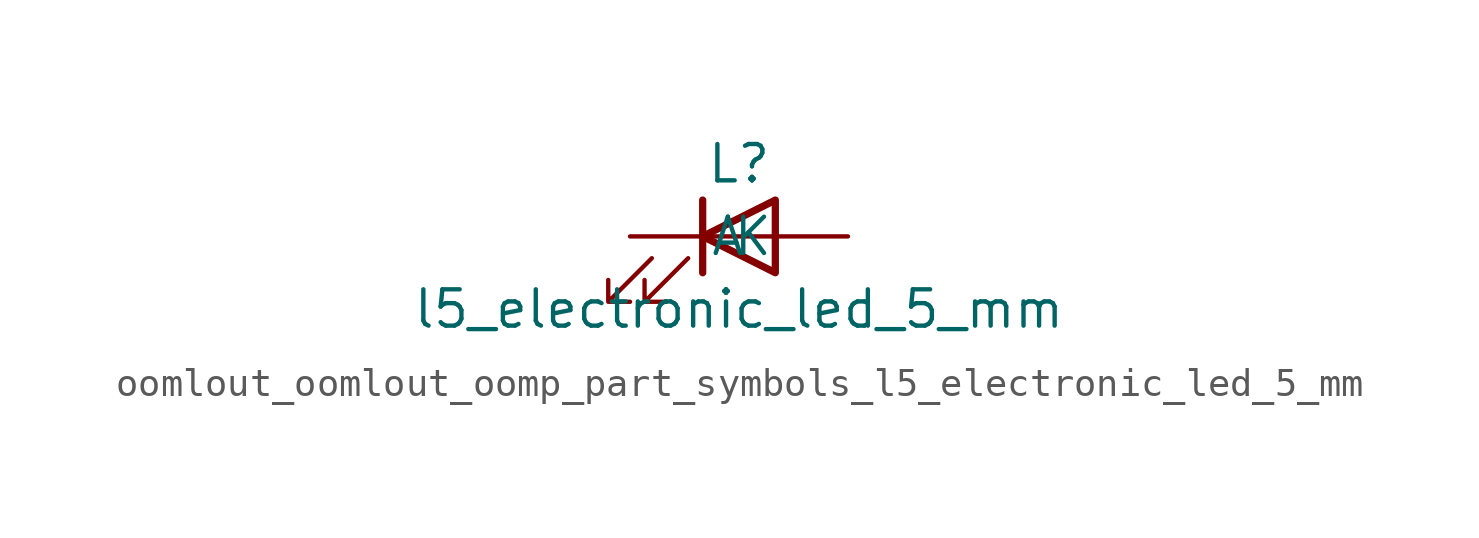
<source format=kicad_sym>
(kicad_symbol_lib
  (version 20220914)
  (generator kicad_symbol_editor)
  (symbol "oomlout_oomlout_oomp_part_symbols_l5_electronic_led_5_mm"
    (pin_numbers hide)
    (pin_names
      (offset 1.016))
    (property "Reference" "L"
      (at 0 2.54 0)
      (effects (font (size 1.27 1.27))))
    (property "Value" "l5_electronic_led_5_mm"
      (at 0 -2.54 0)
      (effects (font (size 1.27 1.27))))
    (symbol "oomlout_oomlout_oomp_part_symbols_l5_electronic_led_5_mm_0_1"
      (polyline (pts (xy -1.27 -1.27) (xy -1.27 1.27)) (stroke (width 0.254) (type default)) (fill (type none)))
      (polyline (pts (xy -1.27 0) (xy 1.27 0)) (stroke (width 0) (type default)) (fill (type none)))
      (polyline (pts (xy 1.27 -1.27) (xy 1.27 1.27) (xy -1.27 0) (xy 1.27 -1.27)) (stroke (width 0.254) (type default)) (fill (type none)))
      (polyline (pts (xy -3.048 -0.762) (xy -4.572 -2.286) (xy -3.81 -2.286) (xy -4.572 -2.286) (xy -4.572 -1.524)) (stroke (width 0) (type default)) (fill (type none)))
      (polyline (pts (xy -1.778 -0.762) (xy -3.302 -2.286) (xy -2.54 -2.286) (xy -3.302 -2.286) (xy -3.302 -1.524)) (stroke (width 0) (type default)) (fill (type none))))
    (symbol "oomlout_oomlout_oomp_part_symbols_l5_electronic_led_5_mm_1_1"
      (pin passive line (at -3.81 0 0) (length 2.54) (name "K" (effects (font (size 1.27 1.27)))) (number "1" (effects (font (size 1.27 1.27)))))
      (pin passive line (at 3.81 0 180) (length 2.54) (name "A" (effects (font (size 1.27 1.27)))) (number "2" (effects (font (size 1.27 1.27))))))))
</source>
